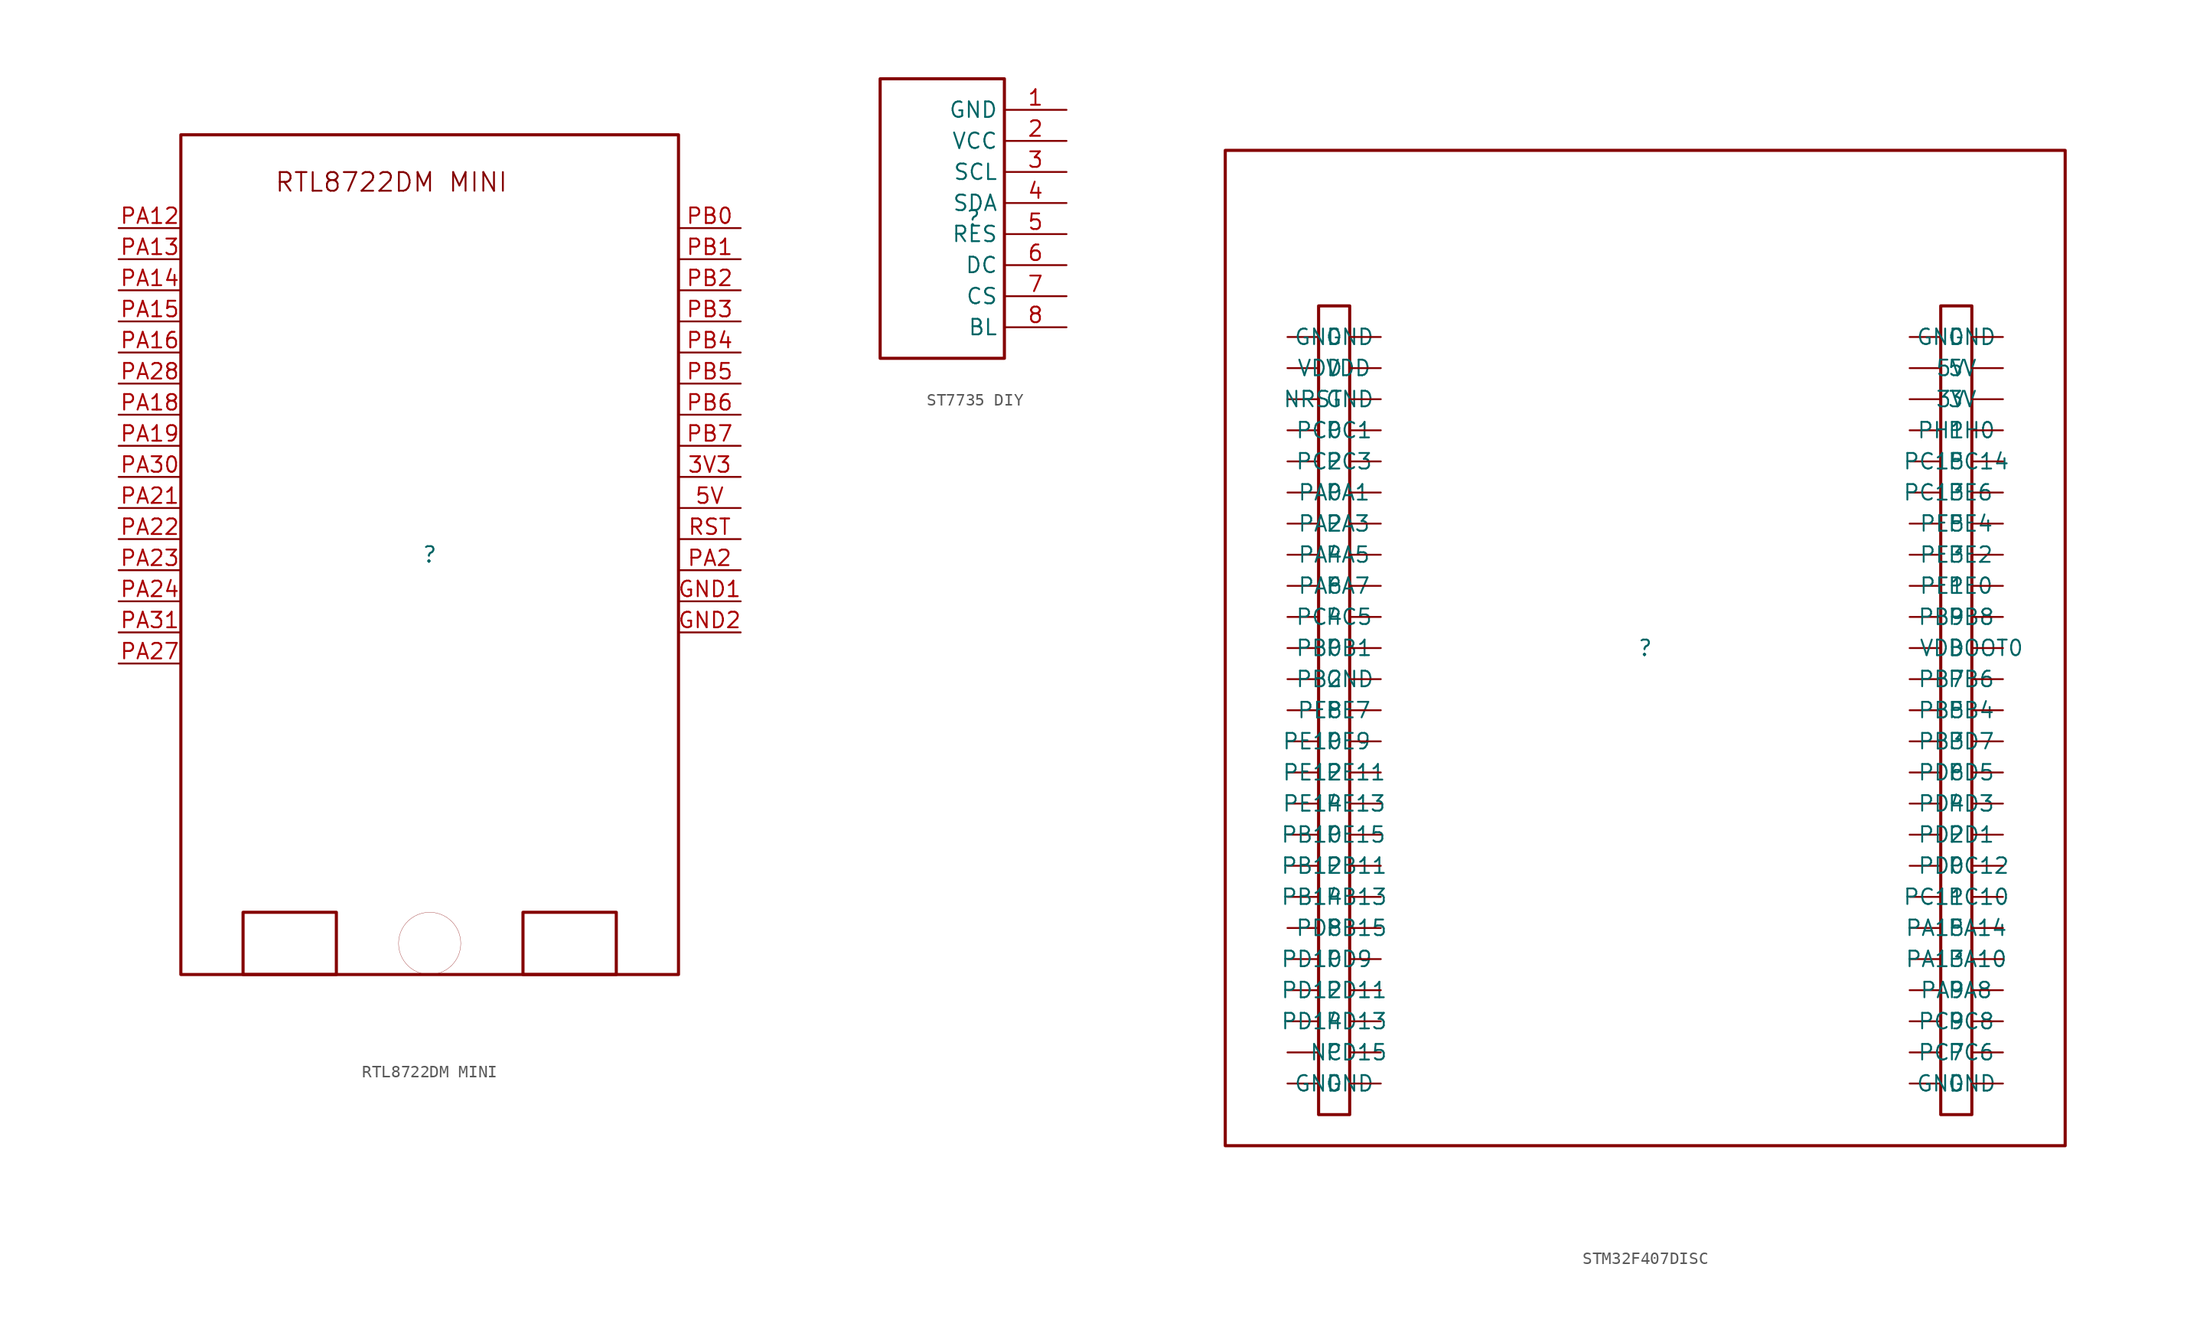
<source format=kicad_sym>
(kicad_symbol_lib
  (version 20220914)
  (generator kicad_symbol_editor)
  (symbol "RTL8722DM MINI"
    (property "Reference" ""
      (at 0 0 0)
      (effects (font (size 1.27 1.27))))
    (property "Value" ""
      (at 0 0 0)
      (effects (font (size 1.27 1.27))))
    (symbol "RTL8722DM MINI_1_0"
      (rectangle (start -7.62 -29.21) (end -15.24 -34.29) (stroke (width 0.254) (type solid)) (fill (type none)))
      (circle (center 0 -31.75) (radius 2.54) (stroke (width 0.0001) (type solid)) (fill (type none)))
      (rectangle (start 15.24 -29.21) (end 7.62 -34.29) (stroke (width 0.254) (type solid)) (fill (type none)))
      (rectangle (start 20.32 34.29) (end -20.32 -34.29) (stroke (width 0.254) (type solid)) (fill (type none)))
      (text "RTL8722DM MINI" (at -12.7 29.528 0) (effects (font (size 1.524 1.524)) (justify left bottom)))
      (pin passive line (at 20.32 6.35 0) (length 5.08) (name "3V3" (effects (font (size 0 0)))) (number "3V3" (effects (font (size 1.27 1.27)))))
      (pin passive line (at 20.32 3.81 0) (length 5.08) (name "5V" (effects (font (size 0 0)))) (number "5V" (effects (font (size 1.27 1.27)))))
      (pin passive line (at 20.32 -3.81 0) (length 5.08) (name "GND1" (effects (font (size 0 0)))) (number "GND1" (effects (font (size 1.27 1.27)))))
      (pin passive line (at 20.32 -6.35 0) (length 5.08) (name "GND2" (effects (font (size 0 0)))) (number "GND2" (effects (font (size 1.27 1.27)))))
      (pin passive line (at -20.32 26.67 180) (length 5.08) (name "PA12" (effects (font (size 0 0)))) (number "PA12" (effects (font (size 1.27 1.27)))))
      (pin passive line (at -20.32 24.13 180) (length 5.08) (name "PA13" (effects (font (size 0 0)))) (number "PA13" (effects (font (size 1.27 1.27)))))
      (pin passive line (at -20.32 21.59 180) (length 5.08) (name "PA14" (effects (font (size 0 0)))) (number "PA14" (effects (font (size 1.27 1.27)))))
      (pin passive line (at -20.32 19.05 180) (length 5.08) (name "PA15" (effects (font (size 0 0)))) (number "PA15" (effects (font (size 1.27 1.27)))))
      (pin passive line (at -20.32 16.51 180) (length 5.08) (name "PA16" (effects (font (size 0 0)))) (number "PA16" (effects (font (size 1.27 1.27)))))
      (pin passive line (at -20.32 11.43 180) (length 5.08) (name "PA18" (effects (font (size 0 0)))) (number "PA18" (effects (font (size 1.27 1.27)))))
      (pin passive line (at -20.32 8.89 180) (length 5.08) (name "PA19" (effects (font (size 0 0)))) (number "PA19" (effects (font (size 1.27 1.27)))))
      (pin passive line (at 20.32 -1.27 0) (length 5.08) (name "PA2" (effects (font (size 0 0)))) (number "PA2" (effects (font (size 1.27 1.27)))))
      (pin passive line (at -20.32 3.81 180) (length 5.08) (name "PA21" (effects (font (size 0 0)))) (number "PA21" (effects (font (size 1.27 1.27)))))
      (pin passive line (at -20.32 1.27 180) (length 5.08) (name "PA22" (effects (font (size 0 0)))) (number "PA22" (effects (font (size 1.27 1.27)))))
      (pin passive line (at -20.32 -1.27 180) (length 5.08) (name "PA23" (effects (font (size 0 0)))) (number "PA23" (effects (font (size 1.27 1.27)))))
      (pin passive line (at -20.32 -3.81 180) (length 5.08) (name "PA24" (effects (font (size 0 0)))) (number "PA24" (effects (font (size 1.27 1.27)))))
      (pin passive line (at -20.32 -8.89 180) (length 5.08) (name "PA27" (effects (font (size 0 0)))) (number "PA27" (effects (font (size 1.27 1.27)))))
      (pin passive line (at -20.32 13.97 180) (length 5.08) (name "PA28" (effects (font (size 0 0)))) (number "PA28" (effects (font (size 1.27 1.27)))))
      (pin passive line (at -20.32 6.35 180) (length 5.08) (name "PA30" (effects (font (size 0 0)))) (number "PA30" (effects (font (size 1.27 1.27)))))
      (pin passive line (at -20.32 -6.35 180) (length 5.08) (name "PA31" (effects (font (size 0 0)))) (number "PA31" (effects (font (size 1.27 1.27)))))
      (pin passive line (at 20.32 26.67 0) (length 5.08) (name "PB0" (effects (font (size 0 0)))) (number "PB0" (effects (font (size 1.27 1.27)))))
      (pin passive line (at 20.32 24.13 0) (length 5.08) (name "PB1" (effects (font (size 0 0)))) (number "PB1" (effects (font (size 1.27 1.27)))))
      (pin passive line (at 20.32 21.59 0) (length 5.08) (name "PB2" (effects (font (size 0 0)))) (number "PB2" (effects (font (size 1.27 1.27)))))
      (pin passive line (at 20.32 19.05 0) (length 5.08) (name "PB3" (effects (font (size 0 0)))) (number "PB3" (effects (font (size 1.27 1.27)))))
      (pin passive line (at 20.32 16.51 0) (length 5.08) (name "PB4" (effects (font (size 0 0)))) (number "PB4" (effects (font (size 1.27 1.27)))))
      (pin passive line (at 20.32 13.97 0) (length 5.08) (name "PB5" (effects (font (size 0 0)))) (number "PB5" (effects (font (size 1.27 1.27)))))
      (pin passive line (at 20.32 11.43 0) (length 5.08) (name "PB6" (effects (font (size 0 0)))) (number "PB6" (effects (font (size 1.27 1.27)))))
      (pin passive line (at 20.32 8.89 0) (length 5.08) (name "PB7" (effects (font (size 0 0)))) (number "PB7" (effects (font (size 1.27 1.27)))))
      (pin passive line (at 20.32 1.27 0) (length 5.08) (name "RST" (effects (font (size 0 0)))) (number "RST" (effects (font (size 1.27 1.27)))))))
  (symbol "ST7735 DIY"
    (property "Reference" ""
      (at 0 0 0)
      (effects (font (size 1.27 1.27))))
    (property "Value" ""
      (at 0 0 0)
      (effects (font (size 1.27 1.27))))
    (symbol "ST7735 DIY_1_0"
      (rectangle (start 2.54 11.43) (end -7.62 -11.43) (stroke (width 0.254) (type solid)) (fill (type none)))
      (pin passive line (at 7.62 8.89 180) (length 5.08) (name "GND" (effects (font (size 1.27 1.27)))) (number "1" (effects (font (size 1.27 1.27)))))
      (pin passive line (at 7.62 6.35 180) (length 5.08) (name "VCC" (effects (font (size 1.27 1.27)))) (number "2" (effects (font (size 1.27 1.27)))))
      (pin passive line (at 7.62 3.81 180) (length 5.08) (name "SCL" (effects (font (size 1.27 1.27)))) (number "3" (effects (font (size 1.27 1.27)))))
      (pin passive line (at 7.62 1.27 180) (length 5.08) (name "SDA" (effects (font (size 1.27 1.27)))) (number "4" (effects (font (size 1.27 1.27)))))
      (pin passive line (at 7.62 -1.27 180) (length 5.08) (name "RES" (effects (font (size 1.27 1.27)))) (number "5" (effects (font (size 1.27 1.27)))))
      (pin passive line (at 7.62 -3.81 180) (length 5.08) (name "DC" (effects (font (size 1.27 1.27)))) (number "6" (effects (font (size 1.27 1.27)))))
      (pin passive line (at 7.62 -6.35 180) (length 5.08) (name "CS" (effects (font (size 1.27 1.27)))) (number "7" (effects (font (size 1.27 1.27)))))
      (pin passive line (at 7.62 -8.89 180) (length 5.08) (name "BL" (effects (font (size 1.27 1.27)))) (number "8" (effects (font (size 1.27 1.27)))))))
  (symbol "STM32F407DISC"
    (property "Reference" ""
      (at 0 0 0)
      (effects (font (size 1.27 1.27))))
    (property "Value" ""
      (at 0 0 0)
      (effects (font (size 1.27 1.27))))
    (symbol "STM32F407DISC_1_0"
      (rectangle (start -24.13 27.94) (end -26.67 -38.1) (stroke (width 0.254) (type solid)) (fill (type none)))
      (rectangle (start 26.67 27.94) (end 24.13 -38.1) (stroke (width 0.254) (type solid)) (fill (type none)))
      (rectangle (start 34.29 40.64) (end -34.29 -40.64) (stroke (width 0.254) (type solid)) (fill (type none)))
      (pin passive line (at -29.21 25.4 0) (length 2.54) (name "GND" (effects (font (size 1.27 1.27)))) (number "1" (effects (font (size 0 0)))))
      (pin passive line (at -29.21 2.54 0) (length 2.54) (name "PC5" (effects (font (size 1.27 1.27)))) (number "10" (effects (font (size 0 0)))))
      (pin passive line (at 29.21 -35.56 180) (length 2.54) (name "GND" (effects (font (size 1.27 1.27)))) (number "100" (effects (font (size 0 0)))))
      (pin passive line (at -29.21 0 0) (length 2.54) (name "PB1" (effects (font (size 1.27 1.27)))) (number "11" (effects (font (size 0 0)))))
      (pin passive line (at -29.21 -2.54 0) (length 2.54) (name "GND" (effects (font (size 1.27 1.27)))) (number "12" (effects (font (size 0 0)))))
      (pin passive line (at -29.21 -5.08 0) (length 2.54) (name "PE7" (effects (font (size 1.27 1.27)))) (number "13" (effects (font (size 0 0)))))
      (pin passive line (at -29.21 -7.62 0) (length 2.54) (name "PE9" (effects (font (size 1.27 1.27)))) (number "14" (effects (font (size 0 0)))))
      (pin passive line (at -29.21 -10.16 0) (length 2.54) (name "PE11" (effects (font (size 1.27 1.27)))) (number "15" (effects (font (size 0 0)))))
      (pin passive line (at -29.21 -12.7 0) (length 2.54) (name "PE13" (effects (font (size 1.27 1.27)))) (number "16" (effects (font (size 0 0)))))
      (pin passive line (at -29.21 -15.24 0) (length 2.54) (name "PE15" (effects (font (size 1.27 1.27)))) (number "17" (effects (font (size 0 0)))))
      (pin passive line (at -29.21 -17.78 0) (length 2.54) (name "PB11" (effects (font (size 1.27 1.27)))) (number "18" (effects (font (size 0 0)))))
      (pin passive line (at -29.21 -20.32 0) (length 2.54) (name "PB13" (effects (font (size 1.27 1.27)))) (number "19" (effects (font (size 0 0)))))
      (pin passive line (at -29.21 22.86 0) (length 2.54) (name "VDD" (effects (font (size 1.27 1.27)))) (number "2" (effects (font (size 0 0)))))
      (pin passive line (at -29.21 -22.86 0) (length 2.54) (name "PB15" (effects (font (size 1.27 1.27)))) (number "20" (effects (font (size 0 0)))))
      (pin passive line (at -29.21 -25.4 0) (length 2.54) (name "PD9" (effects (font (size 1.27 1.27)))) (number "21" (effects (font (size 0 0)))))
      (pin passive line (at -29.21 -27.94 0) (length 2.54) (name "PD11" (effects (font (size 1.27 1.27)))) (number "22" (effects (font (size 0 0)))))
      (pin passive line (at -29.21 -30.48 0) (length 2.54) (name "PD13" (effects (font (size 1.27 1.27)))) (number "23" (effects (font (size 0 0)))))
      (pin passive line (at -29.21 -33.02 0) (length 2.54) (name "PD15" (effects (font (size 1.27 1.27)))) (number "24" (effects (font (size 0 0)))))
      (pin passive line (at -29.21 -35.56 0) (length 2.54) (name "GND" (effects (font (size 1.27 1.27)))) (number "25" (effects (font (size 0 0)))))
      (pin passive line (at -21.59 25.4 180) (length 2.54) (name "GND" (effects (font (size 1.27 1.27)))) (number "26" (effects (font (size 0 0)))))
      (pin passive line (at -21.59 22.86 180) (length 2.54) (name "VDD" (effects (font (size 1.27 1.27)))) (number "27" (effects (font (size 0 0)))))
      (pin passive line (at -21.59 20.32 180) (length 2.54) (name "NRST" (effects (font (size 1.27 1.27)))) (number "28" (effects (font (size 0 0)))))
      (pin passive line (at -21.59 17.78 180) (length 2.54) (name "PC0" (effects (font (size 1.27 1.27)))) (number "29" (effects (font (size 0 0)))))
      (pin passive line (at -29.21 20.32 0) (length 2.54) (name "GND" (effects (font (size 1.27 1.27)))) (number "3" (effects (font (size 0 0)))))
      (pin passive line (at -21.59 15.24 180) (length 2.54) (name "PC2" (effects (font (size 1.27 1.27)))) (number "30" (effects (font (size 0 0)))))
      (pin passive line (at -21.59 12.7 180) (length 2.54) (name "PA0" (effects (font (size 1.27 1.27)))) (number "31" (effects (font (size 0 0)))))
      (pin passive line (at -21.59 10.16 180) (length 2.54) (name "PA2" (effects (font (size 1.27 1.27)))) (number "32" (effects (font (size 0 0)))))
      (pin passive line (at -21.59 7.62 180) (length 2.54) (name "PA4" (effects (font (size 1.27 1.27)))) (number "33" (effects (font (size 0 0)))))
      (pin passive line (at -21.59 5.08 180) (length 2.54) (name "PA6" (effects (font (size 1.27 1.27)))) (number "34" (effects (font (size 0 0)))))
      (pin passive line (at -21.59 2.54 180) (length 2.54) (name "PC4" (effects (font (size 1.27 1.27)))) (number "35" (effects (font (size 0 0)))))
      (pin passive line (at -21.59 0 180) (length 2.54) (name "PB0" (effects (font (size 1.27 1.27)))) (number "36" (effects (font (size 0 0)))))
      (pin passive line (at -21.59 -2.54 180) (length 2.54) (name "PB2" (effects (font (size 1.27 1.27)))) (number "37" (effects (font (size 0 0)))))
      (pin passive line (at -21.59 -5.08 180) (length 2.54) (name "PE8" (effects (font (size 1.27 1.27)))) (number "38" (effects (font (size 0 0)))))
      (pin passive line (at -21.59 -7.62 180) (length 2.54) (name "PE10" (effects (font (size 1.27 1.27)))) (number "39" (effects (font (size 0 0)))))
      (pin passive line (at -29.21 17.78 0) (length 2.54) (name "PC1" (effects (font (size 1.27 1.27)))) (number "4" (effects (font (size 0 0)))))
      (pin passive line (at -21.59 -10.16 180) (length 2.54) (name "PE12" (effects (font (size 1.27 1.27)))) (number "40" (effects (font (size 0 0)))))
      (pin passive line (at -21.59 -12.7 180) (length 2.54) (name "PE14" (effects (font (size 1.27 1.27)))) (number "41" (effects (font (size 0 0)))))
      (pin passive line (at -21.59 -15.24 180) (length 2.54) (name "PB10" (effects (font (size 1.27 1.27)))) (number "42" (effects (font (size 0 0)))))
      (pin passive line (at -21.59 -17.78 180) (length 2.54) (name "PB12" (effects (font (size 1.27 1.27)))) (number "43" (effects (font (size 0 0)))))
      (pin passive line (at -21.59 -20.32 180) (length 2.54) (name "PB14" (effects (font (size 1.27 1.27)))) (number "44" (effects (font (size 0 0)))))
      (pin passive line (at -21.59 -22.86 180) (length 2.54) (name "PD8" (effects (font (size 1.27 1.27)))) (number "45" (effects (font (size 0 0)))))
      (pin passive line (at -21.59 -25.4 180) (length 2.54) (name "PD10" (effects (font (size 1.27 1.27)))) (number "46" (effects (font (size 0 0)))))
      (pin passive line (at -21.59 -27.94 180) (length 2.54) (name "PD12" (effects (font (size 1.27 1.27)))) (number "47" (effects (font (size 0 0)))))
      (pin passive line (at -21.59 -30.48 180) (length 2.54) (name "PD14" (effects (font (size 1.27 1.27)))) (number "48" (effects (font (size 0 0)))))
      (pin passive line (at -21.59 -33.02 180) (length 2.54) (name "NC" (effects (font (size 1.27 1.27)))) (number "49" (effects (font (size 0 0)))))
      (pin passive line (at -29.21 15.24 0) (length 2.54) (name "PC3" (effects (font (size 1.27 1.27)))) (number "5" (effects (font (size 0 0)))))
      (pin passive line (at -21.59 -35.56 180) (length 2.54) (name "GND" (effects (font (size 1.27 1.27)))) (number "50" (effects (font (size 0 0)))))
      (pin passive line (at 21.59 25.4 0) (length 2.54) (name "GND" (effects (font (size 1.27 1.27)))) (number "51" (effects (font (size 0 0)))))
      (pin passive line (at 21.59 22.86 0) (length 2.54) (name "5V" (effects (font (size 1.27 1.27)))) (number "52" (effects (font (size 0 0)))))
      (pin passive line (at 21.59 20.32 0) (length 2.54) (name "3V" (effects (font (size 1.27 1.27)))) (number "53" (effects (font (size 0 0)))))
      (pin passive line (at 21.59 17.78 0) (length 2.54) (name "PH0" (effects (font (size 1.27 1.27)))) (number "54" (effects (font (size 0 0)))))
      (pin passive line (at 21.59 15.24 0) (length 2.54) (name "PC14" (effects (font (size 1.27 1.27)))) (number "55" (effects (font (size 0 0)))))
      (pin passive line (at 21.59 12.7 0) (length 2.54) (name "PE6" (effects (font (size 1.27 1.27)))) (number "56" (effects (font (size 0 0)))))
      (pin passive line (at 21.59 10.16 0) (length 2.54) (name "PE4" (effects (font (size 1.27 1.27)))) (number "57" (effects (font (size 0 0)))))
      (pin passive line (at 21.59 7.62 0) (length 2.54) (name "PE2" (effects (font (size 1.27 1.27)))) (number "58" (effects (font (size 0 0)))))
      (pin passive line (at 21.59 5.08 0) (length 2.54) (name "PE0" (effects (font (size 1.27 1.27)))) (number "59" (effects (font (size 0 0)))))
      (pin passive line (at -29.21 12.7 0) (length 2.54) (name "PA1" (effects (font (size 1.27 1.27)))) (number "6" (effects (font (size 0 0)))))
      (pin passive line (at 21.59 2.54 0) (length 2.54) (name "PB8" (effects (font (size 1.27 1.27)))) (number "60" (effects (font (size 0 0)))))
      (pin passive line (at 21.59 0 0) (length 2.54) (name "BOOT0" (effects (font (size 1.27 1.27)))) (number "61" (effects (font (size 0 0)))))
      (pin passive line (at 21.59 -2.54 0) (length 2.54) (name "PB6" (effects (font (size 1.27 1.27)))) (number "62" (effects (font (size 0 0)))))
      (pin passive line (at 21.59 -5.08 0) (length 2.54) (name "PB4" (effects (font (size 1.27 1.27)))) (number "63" (effects (font (size 0 0)))))
      (pin passive line (at 21.59 -7.62 0) (length 2.54) (name "PD7" (effects (font (size 1.27 1.27)))) (number "64" (effects (font (size 0 0)))))
      (pin passive line (at 21.59 -10.16 0) (length 2.54) (name "PD5" (effects (font (size 1.27 1.27)))) (number "65" (effects (font (size 0 0)))))
      (pin passive line (at 21.59 -12.7 0) (length 2.54) (name "PD3" (effects (font (size 1.27 1.27)))) (number "66" (effects (font (size 0 0)))))
      (pin passive line (at 21.59 -15.24 0) (length 2.54) (name "PD1" (effects (font (size 1.27 1.27)))) (number "67" (effects (font (size 0 0)))))
      (pin passive line (at 21.59 -17.78 0) (length 2.54) (name "PC12" (effects (font (size 1.27 1.27)))) (number "68" (effects (font (size 0 0)))))
      (pin passive line (at 21.59 -20.32 0) (length 2.54) (name "PC10" (effects (font (size 1.27 1.27)))) (number "69" (effects (font (size 0 0)))))
      (pin passive line (at -29.21 10.16 0) (length 2.54) (name "PA3" (effects (font (size 1.27 1.27)))) (number "7" (effects (font (size 0 0)))))
      (pin passive line (at 21.59 -22.86 0) (length 2.54) (name "PA14" (effects (font (size 1.27 1.27)))) (number "70" (effects (font (size 0 0)))))
      (pin passive line (at 21.59 -25.4 0) (length 2.54) (name "PA10" (effects (font (size 1.27 1.27)))) (number "71" (effects (font (size 0 0)))))
      (pin passive line (at 21.59 -27.94 0) (length 2.54) (name "PA8" (effects (font (size 1.27 1.27)))) (number "72" (effects (font (size 0 0)))))
      (pin passive line (at 21.59 -30.48 0) (length 2.54) (name "PC8" (effects (font (size 1.27 1.27)))) (number "73" (effects (font (size 0 0)))))
      (pin passive line (at 21.59 -33.02 0) (length 2.54) (name "PC6" (effects (font (size 1.27 1.27)))) (number "74" (effects (font (size 0 0)))))
      (pin passive line (at 21.59 -35.56 0) (length 2.54) (name "GND" (effects (font (size 1.27 1.27)))) (number "75" (effects (font (size 0 0)))))
      (pin passive line (at 29.21 25.4 180) (length 2.54) (name "GND" (effects (font (size 1.27 1.27)))) (number "76" (effects (font (size 0 0)))))
      (pin passive line (at 29.21 22.86 180) (length 2.54) (name "5V" (effects (font (size 1.27 1.27)))) (number "77" (effects (font (size 0 0)))))
      (pin passive line (at 29.21 20.32 180) (length 2.54) (name "3V" (effects (font (size 1.27 1.27)))) (number "78" (effects (font (size 0 0)))))
      (pin passive line (at 29.21 17.78 180) (length 2.54) (name "PH1" (effects (font (size 1.27 1.27)))) (number "79" (effects (font (size 0 0)))))
      (pin passive line (at -29.21 7.62 0) (length 2.54) (name "PA5" (effects (font (size 1.27 1.27)))) (number "8" (effects (font (size 0 0)))))
      (pin passive line (at 29.21 15.24 180) (length 2.54) (name "PC15" (effects (font (size 1.27 1.27)))) (number "80" (effects (font (size 0 0)))))
      (pin passive line (at 29.21 12.7 180) (length 2.54) (name "PC13" (effects (font (size 1.27 1.27)))) (number "81" (effects (font (size 0 0)))))
      (pin passive line (at 29.21 10.16 180) (length 2.54) (name "PE5" (effects (font (size 1.27 1.27)))) (number "82" (effects (font (size 0 0)))))
      (pin passive line (at 29.21 7.62 180) (length 2.54) (name "PE3" (effects (font (size 1.27 1.27)))) (number "83" (effects (font (size 0 0)))))
      (pin passive line (at 29.21 5.08 180) (length 2.54) (name "PE1" (effects (font (size 1.27 1.27)))) (number "84" (effects (font (size 0 0)))))
      (pin passive line (at 29.21 2.54 180) (length 2.54) (name "PB9" (effects (font (size 1.27 1.27)))) (number "85" (effects (font (size 0 0)))))
      (pin passive line (at 29.21 0 180) (length 2.54) (name "VDD" (effects (font (size 1.27 1.27)))) (number "86" (effects (font (size 0 0)))))
      (pin passive line (at 29.21 -2.54 180) (length 2.54) (name "PB7" (effects (font (size 1.27 1.27)))) (number "87" (effects (font (size 0 0)))))
      (pin passive line (at 29.21 -5.08 180) (length 2.54) (name "PB5" (effects (font (size 1.27 1.27)))) (number "88" (effects (font (size 0 0)))))
      (pin passive line (at 29.21 -7.62 180) (length 2.54) (name "PB3" (effects (font (size 1.27 1.27)))) (number "89" (effects (font (size 0 0)))))
      (pin passive line (at -29.21 5.08 0) (length 2.54) (name "PA7" (effects (font (size 1.27 1.27)))) (number "9" (effects (font (size 0 0)))))
      (pin passive line (at 29.21 -10.16 180) (length 2.54) (name "PD6" (effects (font (size 1.27 1.27)))) (number "90" (effects (font (size 0 0)))))
      (pin passive line (at 29.21 -12.7 180) (length 2.54) (name "PD4" (effects (font (size 1.27 1.27)))) (number "91" (effects (font (size 0 0)))))
      (pin passive line (at 29.21 -15.24 180) (length 2.54) (name "PD2" (effects (font (size 1.27 1.27)))) (number "92" (effects (font (size 0 0)))))
      (pin passive line (at 29.21 -17.78 180) (length 2.54) (name "PD0" (effects (font (size 1.27 1.27)))) (number "93" (effects (font (size 0 0)))))
      (pin passive line (at 29.21 -20.32 180) (length 2.54) (name "PC11" (effects (font (size 1.27 1.27)))) (number "94" (effects (font (size 0 0)))))
      (pin passive line (at 29.21 -22.86 180) (length 2.54) (name "PA15" (effects (font (size 1.27 1.27)))) (number "95" (effects (font (size 0 0)))))
      (pin passive line (at 29.21 -25.4 180) (length 2.54) (name "PA13" (effects (font (size 1.27 1.27)))) (number "96" (effects (font (size 0 0)))))
      (pin passive line (at 29.21 -27.94 180) (length 2.54) (name "PA9" (effects (font (size 1.27 1.27)))) (number "97" (effects (font (size 0 0)))))
      (pin passive line (at 29.21 -30.48 180) (length 2.54) (name "PC9" (effects (font (size 1.27 1.27)))) (number "98" (effects (font (size 0 0)))))
      (pin passive line (at 29.21 -33.02 180) (length 2.54) (name "PC7" (effects (font (size 1.27 1.27)))) (number "99" (effects (font (size 0 0))))))))
</source>
